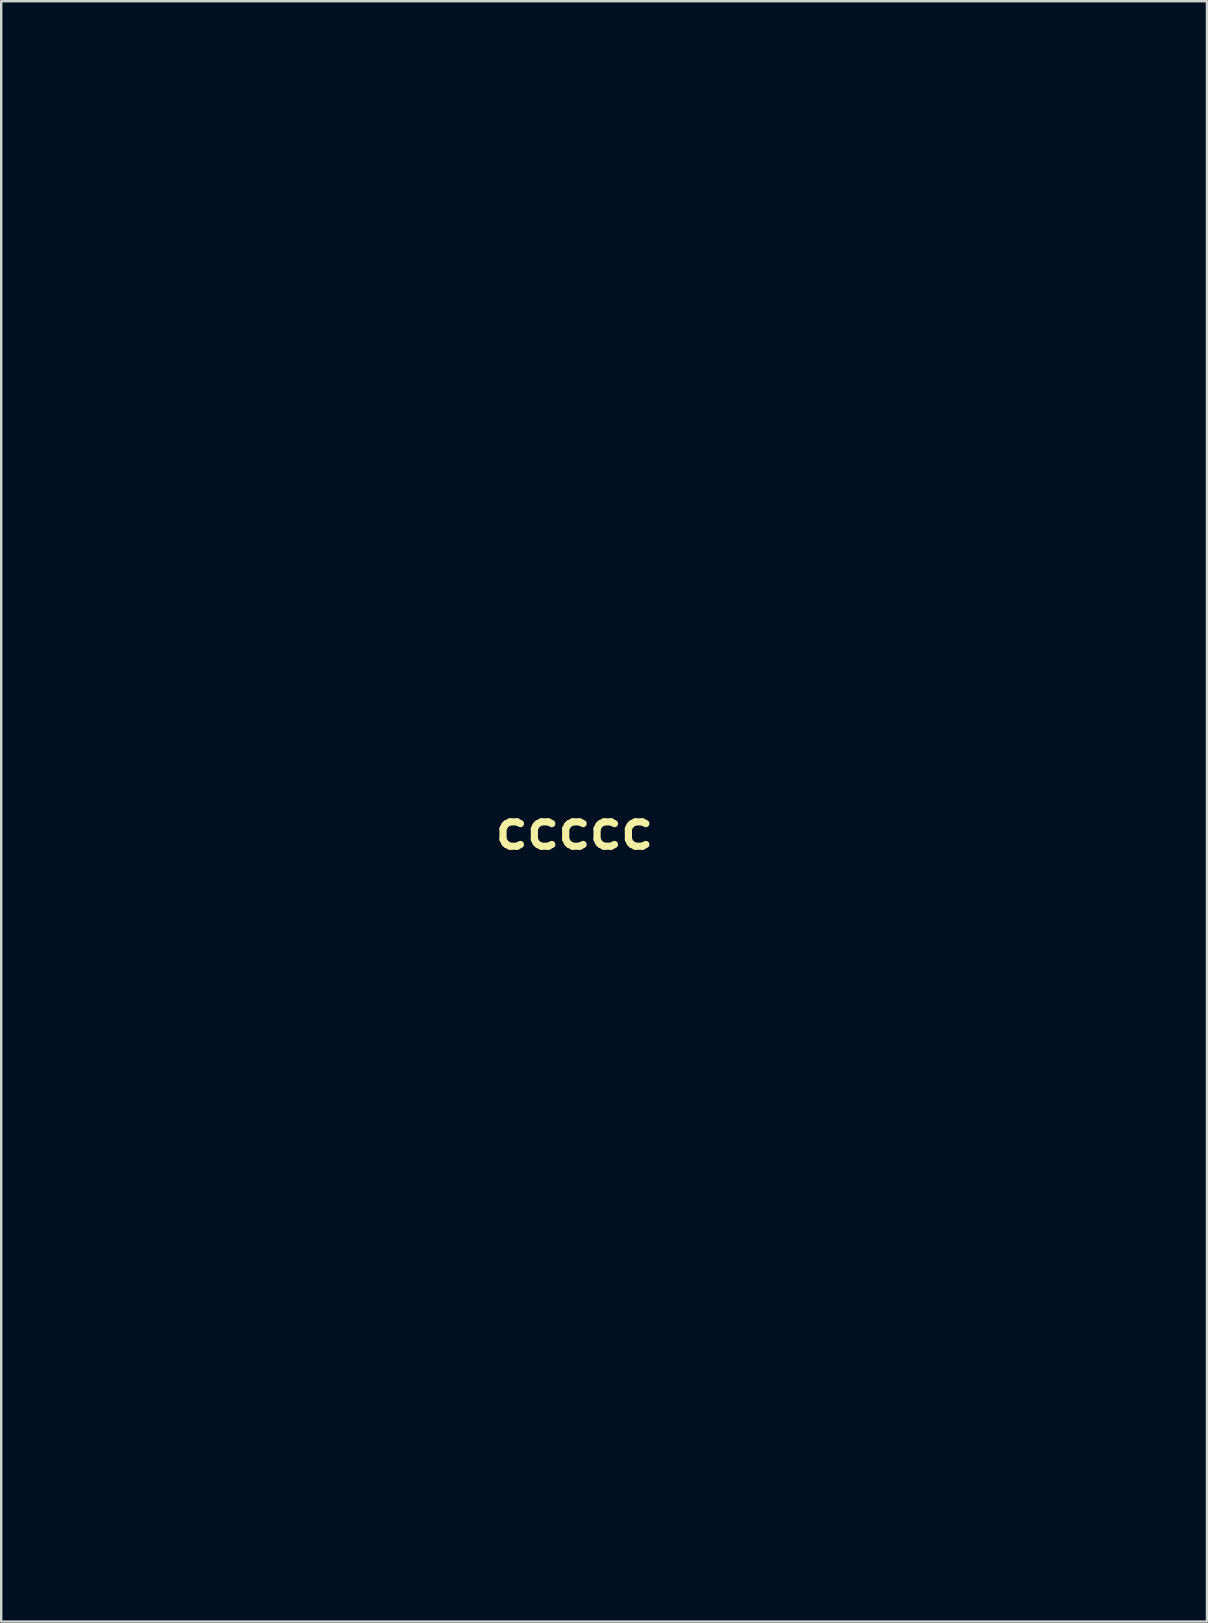
<source format=kicad_pcb>
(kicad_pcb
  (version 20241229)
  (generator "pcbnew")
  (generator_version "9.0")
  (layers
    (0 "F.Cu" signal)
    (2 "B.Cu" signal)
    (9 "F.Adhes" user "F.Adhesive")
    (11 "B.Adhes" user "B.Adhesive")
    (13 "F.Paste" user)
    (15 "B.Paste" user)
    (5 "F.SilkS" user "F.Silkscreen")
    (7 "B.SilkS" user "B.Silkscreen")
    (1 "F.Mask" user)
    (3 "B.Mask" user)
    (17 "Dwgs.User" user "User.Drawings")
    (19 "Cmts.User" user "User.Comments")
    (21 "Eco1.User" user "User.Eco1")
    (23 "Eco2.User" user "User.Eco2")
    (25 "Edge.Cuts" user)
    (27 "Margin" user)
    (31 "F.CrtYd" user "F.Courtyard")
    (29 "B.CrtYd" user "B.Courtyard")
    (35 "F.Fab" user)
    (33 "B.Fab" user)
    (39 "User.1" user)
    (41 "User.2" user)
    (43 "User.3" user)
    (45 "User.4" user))
  (footprint "ccccc"
    (layer "F.Cu")
    (at 20.889 31.527)
    (property "Reference" "ccccc" (at 0 0 0) (layer "F.SilkS") (effects (font (size 1.524 1.524) (thickness 0.3))))
    (attr through_hole)
    (fp_poly (pts (xy 9.878 13.406) (xy 9.737 13.547) (xy 9.596 13.406) (xy 9.737 13.264) (xy 9.878 13.406)) (stroke (width 0.01) (type solid)) (fill yes) (layer "F.Mask"))
    (fp_poly (pts (xy 10.16 12.559) (xy 10.019 12.7) (xy 9.878 12.559) (xy 10.019 12.418) (xy 10.16 12.559)) (stroke (width 0.01) (type solid)) (fill yes) (layer "F.Mask"))
    (fp_poly (pts (xy -14.771 -4.022) (xy -14.734 -3.444) (xy -14.771 -3.316) (xy -14.874 -3.281) (xy -14.913 -3.669) (xy -14.869 -4.07) (xy -14.771 -4.022)) (stroke (width 0.01) (type solid)) (fill yes) (layer "F.Mask"))
    (fp_poly (pts (xy 10.066 11.383) (xy 10.1 11.718) (xy 10.066 11.759) (xy 9.898 11.721) (xy 9.878 11.571) (xy 9.981 11.339) (xy 10.066 11.383)) (stroke (width 0.01) (type solid)) (fill yes) (layer "F.Mask"))
    (fp_poly (pts (xy -10.866 -3.771) (xy -10.494 -3.571) (xy -10.442 -3.498) (xy -10.673 -3.399) (xy -10.866 -3.387) (xy -11.241 -3.534) (xy -11.289 -3.66) (xy -11.082 -3.815) (xy -10.866 -3.771)) (stroke (width 0.01) (type solid)) (fill yes) (layer "F.Mask"))
    (fp_poly (pts (xy -9.349 -23.81) (xy -9.322 -23.214) (xy -9.322 -23.213) (xy -9.419 -22.514) (xy -9.737 -22.296) (xy -10.111 -22.494) (xy -10.16 -22.665) (xy -10.001 -23.166) (xy -9.746 -23.582) (xy -9.464 -23.909) (xy -9.349 -23.81)) (stroke (width 0.01) (type solid)) (fill yes) (layer "F.Mask"))
    (fp_poly (pts (xy -5.805 -22.047) (xy -5.999 -21.721) (xy -6.347 -21.261) (xy -6.687 -21.236) (xy -7.048 -21.438) (xy -7.302 -21.674) (xy -7.03 -21.84) (xy -6.977 -21.857) (xy -6.186 -22.107) (xy -5.83 -22.175) (xy -5.805 -22.047)) (stroke (width 0.01) (type solid)) (fill yes) (layer "F.Mask"))
    (fp_poly (pts (xy -6.102 -23.935) (xy -5.494 -23.776) (xy -5.362 -23.707) (xy -5.257 -23.537) (xy -5.635 -23.449) (xy -6.279 -23.429) (xy -7.061 -23.48) (xy -7.544 -23.613) (xy -7.62 -23.707) (xy -7.38 -23.9) (xy -6.802 -23.976) (xy -6.102 -23.935)) (stroke (width 0.01) (type solid)) (fill yes) (layer "F.Mask"))
    (fp_poly (pts (xy -10.172 -6.154) (xy -9.919 -5.885) (xy -9.878 -5.362) (xy -9.893 -4.735) (xy -10.019 -4.613) (xy -10.377 -4.953) (xy -10.542 -5.133) (xy -11.126 -5.539) (xy -11.898 -5.548) (xy -11.953 -5.538) (xy -12.528 -5.447) (xy -12.615 -5.52) (xy -12.293 -5.791) (xy -11.623 -6.089) (xy -10.812 -6.209) (xy -10.172 -6.154)) (stroke (width 0.01) (type solid)) (fill yes) (layer "F.Mask"))
    (fp_poly (pts (xy 8.91 11.724) (xy 9.37 11.836) (xy 9.501 12.167) (xy 9.37 12.834) (xy 9.129 13.653) (xy 9.101 14.017) (xy 9.306 13.975) (xy 9.376 14.051) (xy 9.169 14.481) (xy 8.983 14.782) (xy 8.541 15.406) (xy 8.212 15.766) (xy 8.144 15.801) (xy 7.957 15.561) (xy 7.638 14.927) (xy 7.253 14.032) (xy 7.227 13.967) (xy 6.861 13.025) (xy 6.597 12.294) (xy 6.491 11.926) (xy 6.491 11.921) (xy 6.746 11.807) (xy 7.406 11.731) (xy 8.056 11.712) (xy 8.91 11.724)) (stroke (width 0.01) (type solid)) (fill yes) (layer "F.Mask"))
    (fp_poly (pts (xy -9.899 -8.954) (xy -8.939 -8.45) (xy -8.271 -7.506) (xy -7.974 -6.296) (xy -8.019 -4.561) (xy -8.538 -3.083) (xy -9.299 -2.037) (xy -10.195 -1.323) (xy -11.094 -1.167) (xy -12.038 -1.566) (xy -12.239 -1.714) (xy -12.747 -2.191) (xy -12.981 -2.561) (xy -12.982 -2.581) (xy -12.794 -2.618) (xy -12.331 -2.348) (xy -12.218 -2.262) (xy -11.336 -1.87) (xy -10.415 -1.954) (xy -9.547 -2.441) (xy -8.825 -3.257) (xy -8.341 -4.331) (xy -8.184 -5.458) (xy -8.383 -6.566) (xy -8.998 -7.319) (xy -10.058 -7.744) (xy -10.651 -7.831) (xy -12.071 -7.754) (xy -13.192 -7.202) (xy -14.052 -6.156) (xy -14.206 -5.865) (xy -14.494 -5.377) (xy -14.653 -5.293) (xy -14.664 -5.362) (xy -14.464 -6.106) (xy -13.948 -6.997) (xy -13.252 -7.844) (xy -12.514 -8.455) (xy -12.422 -8.508) (xy -11.083 -8.985) (xy -9.899 -8.954)) (stroke (width 0.01) (type solid)) (fill yes) (layer "F.Mask"))
    (fp_poly (pts (xy -14.477 -2.252) (xy -14.181 -1.713) (xy -13.329 -0.541) (xy -12.197 0.146) (xy -10.936 0.372) (xy -9.769 0.277) (xy -8.865 -0.152) (xy -8.842 -0.169) (xy -8.043 -0.759) (xy -8.043 2.019) (xy -8.051 3.291) (xy -8.088 4.101) (xy -8.176 4.554) (xy -8.336 4.751) (xy -8.59 4.797) (xy -8.623 4.798) (xy -9.173 4.653) (xy -9.98 4.279) (xy -10.599 3.923) (xy -11.533 3.293) (xy -12.394 2.642) (xy -12.77 2.318) (xy -13.249 1.693) (xy -11.681 1.693) (xy -10.724 2.399) (xy -10.08 2.838) (xy -9.621 3.085) (xy -9.541 3.104) (xy -9.37 2.863) (xy -9.313 2.399) (xy -9.371 1.952) (xy -9.648 1.748) (xy -10.301 1.694) (xy -10.497 1.693) (xy -11.681 1.693) (xy -13.249 1.693) (xy -13.349 1.564) (xy -13.922 0.485) (xy -14.388 -0.69) (xy -14.65 -1.733) (xy -14.675 -2.057) (xy -14.635 -2.376) (xy -14.477 -2.252)) (stroke (width 0.01) (type solid)) (fill yes) (layer "F.Mask"))
    (fp_poly (pts (xy 4.718 -28.982) (xy 4.28 -28.291) (xy 4.293 -27.882) (xy 4.794 -27.693) (xy 5.509 -27.658) (xy 5.947 -27.596) (xy 6.082 -27.302) (xy 6.017 -26.696) (xy 5.987 -26.048) (xy 6.182 -25.438) (xy 6.676 -24.672) (xy 6.88 -24.399) (xy 7.9 -23.065) (xy 5.855 -22.173) (xy 4.575 -21.567) (xy 3.231 -20.856) (xy 2.182 -20.236) (xy 1.358 -19.714) (xy 0.746 -19.34) (xy 0.475 -19.191) (xy 0.474 -19.191) (xy 0.399 -19.448) (xy 0.276 -20.126) (xy 0.129 -21.086) (xy 0.107 -21.237) (xy -0.05 -22.302) (xy -0.195 -23.176) (xy -0.297 -23.683) (xy -0.301 -23.7) (xy -0.131 -24.092) (xy 0.523 -24.696) (xy 1.497 -25.393) (xy 3.418 -26.67) (xy 2.414 -26.758) (xy 1.755 -26.86) (xy 1.421 -26.998) (xy 1.411 -27.024) (xy 1.589 -27.324) (xy 2.029 -27.845) (xy 2.169 -27.995) (xy 2.613 -28.517) (xy 2.645 -28.753) (xy 2.478 -28.787) (xy 2.094 -28.727) (xy 1.268 -28.564) (xy 0.103 -28.321) (xy -1.292 -28.022) (xy -2.812 -27.689) (xy -4.351 -27.347) (xy -5.801 -27.018) (xy -7.058 -26.727) (xy -8.014 -26.496) (xy -8.544 -26.356) (xy -8.834 -26.084) (xy -9.272 -25.474) (xy -9.781 -24.663) (xy -10.281 -23.789) (xy -10.694 -22.989) (xy -10.938 -22.402) (xy -10.954 -22.17) (xy -10.663 -22.062) (xy -9.96 -21.832) (xy -8.976 -21.521) (xy -8.522 -21.381) (xy -6.179 -20.659) (xy -5.498 -21.689) (xy -5.047 -22.503) (xy -4.767 -23.259) (xy -4.736 -23.424) (xy -4.748 -23.866) (xy -5 -24.128) (xy -5.63 -24.315) (xy -5.967 -24.383) (xy -7.144 -24.521) (xy -7.857 -24.378) (xy -8.14 -23.944) (xy -8.134 -23.637) (xy -7.952 -23.195) (xy -7.466 -22.953) (xy -6.914 -22.856) (xy -6.242 -22.754) (xy -6.08 -22.664) (xy -6.373 -22.542) (xy -6.491 -22.507) (xy -7.637 -22.275) (xy -8.393 -22.403) (xy -8.829 -22.944) (xy -9.01 -23.951) (xy -9.027 -24.516) (xy -8.987 -25.147) (xy -8.787 -25.351) (xy -8.396 -25.284) (xy -7.793 -25.165) (xy -6.841 -25.034) (xy -5.831 -24.926) (xy -4.59 -24.753) (xy -3.897 -24.51) (xy -3.744 -24.341) (xy -3.795 -23.95) (xy -4.032 -23.206) (xy -4.393 -22.262) (xy -4.814 -21.272) (xy -5.233 -20.39) (xy -5.587 -19.769) (xy -5.649 -19.684) (xy -5.971 -19.678) (xy -6.686 -19.844) (xy -7.662 -20.15) (xy -8.062 -20.292) (xy -9.298 -20.709) (xy -10.516 -21.062) (xy -11.482 -21.286) (xy -11.608 -21.307) (xy -12.906 -21.502) (xy -12.21 -22.251) (xy -11.209 -23.643) (xy -10.381 -25.497) (xy -10.036 -26.569) (xy -9.578 -28.144) (xy -7.852 -28.324) (xy -6.65 -28.426) (xy -5.439 -28.492) (xy -4.827 -28.505) (xy -3.975 -28.56) (xy -2.769 -28.705) (xy -1.408 -28.915) (xy -0.706 -29.041) (xy 0.722 -29.299) (xy 2.158 -29.537) (xy 3.374 -29.719) (xy 3.794 -29.773) (xy 5.471 -29.97) (xy 4.718 -28.982)) (stroke (width 0.01) (type solid)) (fill yes) (layer "F.Mask"))
    (fp_poly (pts (xy 6.275 -31.332) (xy 6.832 -30.87) (xy 7.048 -30.106) (xy 7.056 -29.872) (xy 7.144 -29.297) (xy 7.345 -29.069) (xy 7.704 -28.823) (xy 7.953 -28.229) (xy 8.039 -27.499) (xy 7.914 -26.866) (xy 7.779 -26.375) (xy 7.92 -25.885) (xy 8.396 -25.199) (xy 8.424 -25.164) (xy 8.969 -24.424) (xy 9.676 -23.401) (xy 10.408 -22.295) (xy 10.543 -22.084) (xy 11.85 -20.038) (xy 14.18 -20.043) (xy 15.619 -20.107) (xy 17.162 -20.271) (xy 18.475 -20.499) (xy 18.486 -20.502) (xy 20.049 -20.847) (xy 21.164 -21.049) (xy 21.925 -21.108) (xy 22.429 -21.026) (xy 22.772 -20.804) (xy 22.967 -20.566) (xy 23.319 -19.951) (xy 23.355 -19.422) (xy 23.041 -18.822) (xy 22.402 -18.061) (xy 22.009 -17.64) (xy 21.632 -17.308) (xy 21.185 -17.027) (xy 20.577 -16.763) (xy 19.723 -16.479) (xy 18.532 -16.14) (xy 16.917 -15.708) (xy 16.159 -15.509) (xy 15.034 -15.202) (xy 14.358 -14.969) (xy 14.031 -14.751) (xy 13.954 -14.491) (xy 13.999 -14.237) (xy 14.04 -13.317) (xy 13.844 -12.14) (xy 13.467 -10.927) (xy 12.969 -9.901) (xy 12.81 -9.67) (xy 12.083 -8.894) (xy 11.196 -8.17) (xy 11.009 -8.045) (xy 9.927 -7.362) (xy 9.939 -5.163) (xy 9.792 -3.066) (xy 9.35 -0.668) (xy 8.647 1.874) (xy 8.363 2.716) (xy 7.955 3.873) (xy 9.509 4.221) (xy 11.183 4.879) (xy 12.674 6.04) (xy 13.923 7.657) (xy 13.994 7.777) (xy 14.655 9.363) (xy 15.036 11.291) (xy 15.139 13.41) (xy 14.966 15.574) (xy 14.518 17.632) (xy 13.859 19.319) (xy 13.446 20.177) (xy 13.28 20.703) (xy 13.334 21.064) (xy 13.552 21.386) (xy 14.077 21.768) (xy 14.985 22.03) (xy 15.822 22.151) (xy 17.198 22.4) (xy 18.081 22.803) (xy 18.534 23.4) (xy 18.627 23.989) (xy 18.507 24.634) (xy 18.094 25.163) (xy 17.304 25.639) (xy 16.056 26.125) (xy 15.734 26.233) (xy 14.676 26.618) (xy 14.077 26.946) (xy 13.842 27.275) (xy 13.829 27.392) (xy 13.609 27.939) (xy 13.194 28.34) (xy 12.638 28.539) (xy 11.599 28.756) (xy 10.16 28.98) (xy 8.401 29.202) (xy 6.403 29.412) (xy 4.249 29.6) (xy 2.019 29.755) (xy 1.111 29.807) (xy -2.434 29.996) (xy -2.981 29.28) (xy -3.243 28.98) (xy -3.565 28.767) (xy -4.053 28.614) (xy -4.813 28.497) (xy -5.951 28.391) (xy -7.118 28.303) (xy -8.827 28.156) (xy -10.037 27.993) (xy -10.817 27.804) (xy -11.21 27.596) (xy -11.771 27.339) (xy -12.882 27.071) (xy -14.529 26.795) (xy -15.621 26.646) (xy -17.556 26.363) (xy -18.987 26.067) (xy -19.973 25.733) (xy -20.574 25.34) (xy -20.85 24.861) (xy -20.884 24.564) (xy -20.826 24.374) (xy -19.663 24.374) (xy -19.525 24.63) (xy -18.854 24.881) (xy -17.643 25.136) (xy -15.881 25.403) (xy -14.824 25.54) (xy -12.965 25.797) (xy -11.648 26.038) (xy -10.851 26.27) (xy -10.576 26.446) (xy -10.233 26.655) (xy -9.5 26.833) (xy -8.317 26.991) (xy -6.759 27.129) (xy -4.965 27.273) (xy -3.669 27.399) (xy -2.803 27.518) (xy -2.302 27.643) (xy -2.098 27.784) (xy -2.122 27.948) (xy -2.212 28.265) (xy -2.015 28.496) (xy -1.494 28.642) (xy -0.611 28.704) (xy 0.67 28.68) (xy 2.385 28.572) (xy 4.572 28.379) (xy 7.267 28.101) (xy 8.35 27.983) (xy 10.031 27.786) (xy 11.221 27.616) (xy 11.991 27.459) (xy 12.413 27.299) (xy 12.557 27.121) (xy 12.559 27.093) (xy 12.376 26.813) (xy 11.773 26.625) (xy 11.007 26.528) (xy 9.454 26.387) (xy 11.148 26.184) (xy 12.218 25.995) (xy 13.429 25.686) (xy 14.658 25.302) (xy 15.784 24.884) (xy 16.685 24.479) (xy 17.239 24.129) (xy 17.357 23.948) (xy 17.157 23.728) (xy 16.524 23.531) (xy 15.404 23.342) (xy 14.676 23.249) (xy 13.575 23.112) (xy 12.768 22.997) (xy 12.356 22.919) (xy 12.347 22.896) (xy 12.712 22.711) (xy 12.685 22.39) (xy 12.349 22.105) (xy 11.924 22.018) (xy 11.437 22.068) (xy 11.475 22.226) (xy 11.539 22.27) (xy 11.725 22.505) (xy 11.44 22.774) (xy 11.263 22.874) (xy 10.812 23.145) (xy 10.838 23.309) (xy 11.154 23.449) (xy 11.712 23.563) (xy 12.633 23.65) (xy 13.688 23.691) (xy 15.007 23.741) (xy 15.767 23.857) (xy 15.973 24.05) (xy 15.629 24.329) (xy 14.736 24.706) (xy 14.119 24.923) (xy 12.253 25.443) (xy 10.522 25.666) (xy 9.815 25.684) (xy 8.479 25.71) (xy 6.91 25.776) (xy 5.435 25.868) (xy 5.362 25.874) (xy 4.232 25.989) (xy 3.665 26.113) (xy 3.659 26.244) (xy 4.213 26.382) (xy 5.324 26.527) (xy 6.992 26.677) (xy 7.143 26.689) (xy 8.354 26.798) (xy 9.395 26.922) (xy 10.106 27.039) (xy 10.273 27.083) (xy 10.205 27.174) (xy 9.636 27.295) (xy 8.628 27.438) (xy 7.243 27.596) (xy 5.543 27.763) (xy 3.59 27.93) (xy 1.552 28.084) (xy -0.141 28.204) (xy 1.976 27.719) (xy 4.092 27.234) (xy 2.399 27.175) (xy 1.199 27.124) (xy -0.235 27.048) (xy -1.816 26.953) (xy -3.457 26.847) (xy -5.071 26.734) (xy -6.57 26.623) (xy -7.869 26.518) (xy -8.879 26.426) (xy -9.515 26.353) (xy -9.688 26.306) (xy -9.666 26.302) (xy -9.1 26.164) (xy -9.089 26.002) (xy -9.637 25.815) (xy -10.744 25.602) (xy -12.413 25.363) (xy -13.163 25.268) (xy -15.146 25.023) (xy -16.6 24.826) (xy -17.558 24.662) (xy -18.053 24.518) (xy -18.116 24.376) (xy -17.78 24.224) (xy -17.078 24.045) (xy -16.21 23.86) (xy -15.019 23.602) (xy -13.989 23.359) (xy -13.284 23.17) (xy -13.123 23.117) (xy -12.559 22.896) (xy -13.123 22.874) (xy -13.455 22.788) (xy -13.364 22.623) (xy -12.972 22.444) (xy -12.401 22.32) (xy -12.082 22.3) (xy -11.447 22.189) (xy -11.125 21.976) (xy -11.173 21.809) (xy -11.651 21.774) (xy -12.59 21.863) (xy -13.664 22.012) (xy -14.292 22.156) (xy -14.59 22.341) (xy -14.674 22.611) (xy -14.676 22.671) (xy -14.938 22.895) (xy -15.66 23.162) (xy -16.74 23.439) (xy -16.978 23.49) (xy -18.381 23.813) (xy -19.279 24.105) (xy -19.663 24.374) (xy -20.826 24.374) (xy -20.631 23.744) (xy -19.861 23.094) (xy -18.564 22.607) (xy -18.016 22.479) (xy -16.919 22.187) (xy -15.941 21.814) (xy -15.367 21.488) (xy -14.608 21.065) (xy -13.848 20.885) (xy -13.838 20.884) (xy -13.187 20.829) (xy -12.915 20.588) (xy -12.985 20.054) (xy -13.282 19.292) (xy -13.599 18.402) (xy -13.947 17.191) (xy -14.26 15.896) (xy -14.309 15.665) (xy -14.551 14.359) (xy -14.649 13.351) (xy -14.64 13.123) (xy -12.976 13.123) (xy -12.74 15.491) (xy -12.076 17.854) (xy -11.045 20.051) (xy -9.711 21.922) (xy -9.465 22.189) (xy -8.664 22.958) (xy -8.121 23.344) (xy -7.874 23.343) (xy -7.958 22.951) (xy -8.304 22.33) (xy -8.902 21.285) (xy -9.413 20.216) (xy -9.763 19.294) (xy -9.878 18.733) (xy -9.782 18.349) (xy -9.512 18.465) (xy -9.093 19.056) (xy -8.549 20.093) (xy -8.476 20.249) (xy -7.504 22.034) (xy -6.516 23.262) (xy -5.503 23.938) (xy -4.458 24.071) (xy -3.976 23.955) (xy -3.381 23.698) (xy -3.108 23.481) (xy -3.106 23.467) (xy -3.192 23.13) (xy -3.418 22.403) (xy -3.737 21.431) (xy -3.809 21.219) (xy -4.228 19.821) (xy -4.496 18.587) (xy -4.598 17.619) (xy -4.521 17.018) (xy -4.386 16.876) (xy -4.189 17.08) (xy -3.962 17.695) (xy -3.804 18.346) (xy -3.36 20.242) (xy -2.865 21.666) (xy -2.271 22.715) (xy -1.532 23.481) (xy -1.144 23.756) (xy 0.198 24.374) (xy 1.656 24.55) (xy 3.358 24.297) (xy 3.528 24.254) (xy 4.595 23.767) (xy 5.448 23.056) (xy 6.24 22.154) (xy 5.931 22.979) (xy 5.728 23.837) (xy 5.942 24.337) (xy 6.614 24.54) (xy 6.957 24.553) (xy 7.597 24.489) (xy 8.162 24.234) (xy 8.815 23.695) (xy 9.365 23.143) (xy 10.246 22.148) (xy 10.664 21.472) (xy 10.618 21.116) (xy 10.109 21.081) (xy 10.055 21.091) (xy 9.341 21.052) (xy 8.54 20.781) (xy 8.517 20.769) (xy 7.805 20.425) (xy 7.457 20.36) (xy 7.345 20.571) (xy 7.338 20.757) (xy 7.173 20.908) (xy 6.734 20.699) (xy 6.107 20.204) (xy 5.784 19.892) (xy 9.71 19.892) (xy 9.737 20.038) (xy 10.097 20.309) (xy 10.177 20.32) (xy 10.435 20.105) (xy 10.442 20.038) (xy 10.213 19.79) (xy 10.002 19.756) (xy 9.71 19.892) (xy 5.784 19.892) (xy 5.376 19.499) (xy 4.625 18.659) (xy 3.941 17.76) (xy 3.906 17.709) (xy 3.381 16.911) (xy 3.037 16.331) (xy 2.942 16.088) (xy 2.947 16.087) (xy 3.242 16.227) (xy 3.87 16.595) (xy 4.638 17.074) (xy 5.564 17.657) (xy 6.117 17.957) (xy 6.391 18.004) (xy 6.483 17.826) (xy 6.491 17.626) (xy 6.62 17.461) (xy 7.044 17.664) (xy 7.612 18.09) (xy 8.323 18.613) (xy 8.775 18.79) (xy 9.114 18.673) (xy 9.156 18.64) (xy 9.53 18.467) (xy 10.021 18.593) (xy 10.583 18.909) (xy 11.334 19.274) (xy 11.883 19.248) (xy 12.318 18.778) (xy 12.724 17.812) (xy 12.812 17.547) (xy 13.277 15.864) (xy 13.487 14.362) (xy 13.474 12.74) (xy 13.416 12.009) (xy 13.011 9.912) (xy 12.233 8.201) (xy 11.097 6.903) (xy 10.087 6.248) (xy 9.043 5.822) (xy 8.182 5.717) (xy 7.741 5.771) (xy 7.068 5.985) (xy 6.868 6.264) (xy 6.878 6.296) (xy 7.359 7.627) (xy 7.533 8.571) (xy 7.394 9.087) (xy 7.096 9.213) (xy 6.897 8.867) (xy 6.5 7.752) (xy 6.129 7.038) (xy 5.678 6.575) (xy 5.038 6.215) (xy 4.96 6.179) (xy 3.66 5.802) (xy 2.086 5.661) (xy 0.483 5.766) (xy -0.355 5.942) (xy -1.327 6.364) (xy -1.925 7.036) (xy -2.196 8.045) (xy -2.187 9.466) (xy -2.143 10.578) (xy -2.212 11.244) (xy -2.377 11.431) (xy -2.624 11.109) (xy -2.795 10.682) (xy -3.076 9.272) (xy -3.006 7.856) (xy -2.83 7.218) (xy -2.698 6.68) (xy -2.946 6.419) (xy -3.311 6.308) (xy -4.098 6.177) (xy -5.063 6.099) (xy -5.229 6.093) (xy -6.389 6.293) (xy -7.455 6.863) (xy -8.26 7.687) (xy -8.607 8.463) (xy -8.812 9.057) (xy -9.048 9.313) (xy -9.054 9.313) (xy -9.266 9.081) (xy -9.304 8.517) (xy -9.183 7.819) (xy -8.92 7.188) (xy -8.874 7.118) (xy -8.621 6.699) (xy -8.685 6.528) (xy -9.145 6.578) (xy -9.894 6.773) (xy -10.954 7.349) (xy -11.829 8.392) (xy -12.482 9.823) (xy -12.875 11.565) (xy -12.976 13.123) (xy -14.64 13.123) (xy -14.611 12.397) (xy -14.447 11.263) (xy -14.166 10.006) (xy -13.781 8.754) (xy -13.422 7.883) (xy -12.746 6.536) (xy -13.791 5.812) (xy -14.916 4.825) (xy -16.017 3.51) (xy -16.93 2.081) (xy -17.378 1.102) (xy -17.766 -0.417) (xy -17.974 -2.209) (xy -17.986 -3.265) (xy -16.776 -3.265) (xy -16.775 -3.104) (xy -16.673 -1.178) (xy -16.356 0.37) (xy -15.767 1.705) (xy -14.848 2.992) (xy -14.496 3.398) (xy -13.679 4.208) (xy -12.769 4.957) (xy -11.886 5.565) (xy -11.149 5.951) (xy -10.678 6.033) (xy -10.641 6.016) (xy -10.687 5.799) (xy -11.133 5.456) (xy -11.417 5.298) (xy -12.663 4.458) (xy -13.915 3.282) (xy -14.987 1.964) (xy -15.606 0.902) (xy -15.921 0.071) (xy -16.109 -0.842) (xy -16.2 -2.014) (xy -16.219 -3.104) (xy -16.205 -4.435) (xy -16.132 -5.37) (xy -15.971 -6.079) (xy -15.691 -6.73) (xy -15.522 -7.043) (xy -14.406 -8.515) (xy -12.979 -9.516) (xy -11.252 -10.04) (xy -10.634 -10.106) (xy -9.609 -10.143) (xy -8.937 -10.06) (xy -8.409 -9.808) (xy -7.978 -9.474) (xy -7.299 -8.714) (xy -6.799 -7.827) (xy -6.757 -7.711) (xy -6.531 -6.299) (xy -6.665 -4.737) (xy -7.109 -3.192) (xy -7.812 -1.826) (xy -8.723 -0.805) (xy -8.951 -0.639) (xy -9.978 -0.25) (xy -11.198 -0.186) (xy -12.336 -0.455) (xy -12.515 -0.541) (xy -13.381 -1.295) (xy -13.896 -2.351) (xy -14.071 -3.574) (xy -13.913 -4.832) (xy -13.432 -5.99) (xy -12.638 -6.915) (xy -12.061 -7.28) (xy -11.071 -7.501) (xy -10.05 -7.332) (xy -9.196 -6.835) (xy -8.758 -6.232) (xy -8.627 -5.351) (xy -8.838 -4.395) (xy -9.307 -3.49) (xy -9.946 -2.762) (xy -10.67 -2.339) (xy -11.394 -2.346) (xy -11.396 -2.347) (xy -11.974 -2.77) (xy -12.411 -3.427) (xy -12.593 -4.103) (xy -12.509 -4.474) (xy -12.056 -4.804) (xy -11.406 -4.928) (xy -10.802 -4.835) (xy -10.504 -4.559) (xy -10.508 -4.322) (xy -10.863 -4.44) (xy -10.937 -4.478) (xy -11.447 -4.646) (xy -11.675 -4.6) (xy -11.861 -4.074) (xy -11.672 -3.47) (xy -11.287 -3.103) (xy -10.815 -2.97) (xy -10.348 -3.199) (xy -10.017 -3.504) (xy -9.443 -4.364) (xy -9.29 -5.26) (xy -9.509 -6.066) (xy -10.049 -6.656) (xy -10.862 -6.905) (xy -11.337 -6.865) (xy -12.29 -6.414) (xy -13.006 -5.57) (xy -13.431 -4.478) (xy -13.511 -3.278) (xy -13.194 -2.114) (xy -13.16 -2.046) (xy -12.47 -1.25) (xy -11.503 -0.779) (xy -10.465 -0.717) (xy -10.105 -0.814) (xy -9.246 -1.373) (xy -8.419 -2.302) (xy -7.772 -3.42) (xy -7.612 -3.836) (xy -7.397 -5.034) (xy -7.435 -6.365) (xy -7.7 -7.596) (xy -8.103 -8.415) (xy -9.002 -9.202) (xy -10.107 -9.547) (xy -11.314 -9.478) (xy -12.517 -9.024) (xy -13.611 -8.212) (xy -14.492 -7.071) (xy -14.71 -6.644) (xy -15.153 -5.071) (xy -15.234 -3.258) (xy -14.978 -1.372) (xy -14.414 0.42) (xy -13.568 1.95) (xy -13.246 2.353) (xy -12.368 3.195) (xy -11.316 3.973) (xy -10.22 4.617) (xy -9.208 5.055) (xy -8.411 5.217) (xy -8.114 5.165) (xy -7.84 4.99) (xy -7.666 4.685) (xy -7.571 4.157) (xy 2.887 4.157) (xy 2.915 4.594) (xy 3.411 4.794) (xy 3.528 4.798) (xy 4.032 4.707) (xy 4.216 4.319) (xy 4.233 3.951) (xy 4.169 3.293) (xy 3.925 3.152) (xy 3.424 3.495) (xy 3.338 3.572) (xy 2.887 4.157) (xy -7.571 4.157) (xy -7.567 4.134) (xy -7.519 3.219) (xy -7.501 2.241) (xy -7.464 0.89) (xy -7.366 -0.079) (xy -7.174 -0.847) (xy -6.851 -1.597) (xy -6.72 -1.852) (xy -5.557 -3.58) (xy -4.143 -4.82) (xy -2.499 -5.554) (xy -2.148 -5.638) (xy -1.248 -5.792) (xy -0.572 -5.847) (xy -0.328 -5.814) (xy -0.003 -5.808) (xy 0.476 -6.15) (xy 1.165 -6.889) (xy 1.764 -7.62) (xy 2.775 -8.891) (xy 1.952 -9.812) (xy 1.317 -10.764) (xy 1.227 -11.238) (xy 6.209 -11.238) (xy 6.429 -11.054) (xy 6.97 -11.088) (xy 7.654 -11.294) (xy 8.303 -11.625) (xy 8.599 -11.86) (xy 8.959 -12.252) (xy 8.881 -12.397) (xy 8.31 -12.418) (xy 7.522 -12.279) (xy 6.787 -11.936) (xy 6.301 -11.498) (xy 6.209 -11.238) (xy 1.227 -11.238) (xy 1.129 -11.758) (xy 1.129 -12.783) (xy -1.829 -12.592) (xy -3.269 -12.48) (xy -4.688 -12.338) (xy -5.872 -12.189) (xy -6.337 -12.114) (xy -7.38 -11.971) (xy -8.105 -12.019) (xy -8.659 -12.232) (xy -9.089 -12.471) (xy -9.138 -12.589) (xy -8.74 -12.624) (xy -8.032 -12.621) (xy -6.929 -12.767) (xy -5.536 -13.182) (xy -4.925 -13.43) (xy 7.716 -13.43) (xy 8.031 -13.274) (xy 8.297 -13.264) (xy 8.992 -13.478) (xy 9.303 -13.81) (xy 9.575 -14.528) (xy 9.42 -14.893) (xy 9.102 -14.953) (xy 8.322 -14.741) (xy 7.843 -14.08) (xy 7.78 -13.899) (xy 7.716 -13.43) (xy -4.925 -13.43) (xy -4.02 -13.797) (xy -3.723 -13.948) (xy 6.629 -13.948) (xy 6.65 -13.799) (xy 7.006 -13.552) (xy 7.297 -13.746) (xy 7.338 -13.961) (xy 7.15 -14.246) (xy 6.916 -14.214) (xy 6.629 -13.948) (xy -3.723 -13.948) (xy -2.544 -14.546) (xy -1.274 -15.36) (xy -1.179 -15.432) (xy -0.557 -15.879) (xy -0.204 -16) (xy 0.051 -15.826) (xy 0.173 -15.668) (xy 0.399 -15.437) (xy 0.74 -15.304) (xy 1.313 -15.255) (xy 2.233 -15.281) (xy 3.367 -15.352) (xy 5.602 -15.579) (xy 7.37 -15.933) (xy 8.76 -16.439) (xy 9.86 -17.124) (xy 10.106 -17.332) (xy 10.556 -17.719) (xy 10.965 -17.986) (xy 11.452 -18.161) (xy 12.137 -18.274) (xy 13.139 -18.354) (xy 14.579 -18.428) (xy 14.676 -18.433) (xy 16.205 -18.535) (xy 17.692 -18.682) (xy 18.955 -18.855) (xy 19.755 -19.015) (xy 20.613 -19.222) (xy 21.219 -19.329) (xy 21.41 -19.324) (xy 21.3 -19.112) (xy 20.815 -18.789) (xy 20.109 -18.432) (xy 19.337 -18.122) (xy 18.664 -17.938) (xy 17.951 -17.784) (xy 16.908 -17.519) (xy 15.655 -17.178) (xy 14.312 -16.796) (xy 12.996 -16.408) (xy 11.829 -16.048) (xy 10.928 -15.75) (xy 10.413 -15.551) (xy 10.347 -15.512) (xy 10.426 -15.269) (xy 10.893 -14.884) (xy 11.264 -14.655) (xy 11.971 -14.228) (xy 12.313 -13.845) (xy 12.354 -13.324) (xy 12.161 -12.478) (xy 12.106 -12.277) (xy 11.793 -11.386) (xy 11.334 -10.665) (xy 10.611 -9.972) (xy 9.507 -9.169) (xy 9.465 -9.141) (xy 8.064 -8.194) (xy 8.031 -5.014) (xy 7.99 -3.422) (xy 7.886 -2.182) (xy 7.686 -1.084) (xy 7.359 0.084) (xy 7.203 0.564) (xy 6.785 1.939) (xy 6.472 3.189) (xy 6.281 4.223) (xy 6.225 4.948) (xy 6.321 5.274) (xy 6.43 5.259) (xy 6.646 4.886) (xy 6.816 4.19) (xy 6.839 4.023) (xy 6.981 3.274) (xy 7.253 2.181) (xy 7.606 0.934) (xy 7.762 0.423) (xy 8.187 -1.077) (xy 8.442 -2.426) (xy 8.57 -3.891) (xy 8.604 -5.051) (xy 8.647 -7.985) (xy 10.086 -8.945) (xy 11.26 -9.836) (xy 12.022 -10.726) (xy 12.494 -11.791) (xy 12.7 -12.634) (xy 12.835 -13.462) (xy 12.776 -13.972) (xy 12.46 -14.394) (xy 12.122 -14.699) (xy 11.281 -15.428) (xy 14.46 -16.312) (xy 15.881 -16.703) (xy 17.249 -17.072) (xy 18.389 -17.372) (xy 19.005 -17.528) (xy 20.049 -17.896) (xy 20.991 -18.424) (xy 21.691 -19.014) (xy 22.008 -19.567) (xy 22.013 -19.64) (xy 21.926 -19.924) (xy 21.601 -20.009) (xy 20.941 -19.893) (xy 19.897 -19.588) (xy 18.993 -19.388) (xy 17.677 -19.207) (xy 16.101 -19.063) (xy 14.799 -18.988) (xy 11.112 -18.833) (xy 9.754 -21.013) (xy 9.002 -22.185) (xy 8.22 -23.35) (xy 7.551 -24.295) (xy 7.417 -24.475) (xy 6.855 -25.267) (xy 6.594 -25.866) (xy 6.563 -26.501) (xy 6.623 -26.989) (xy 6.808 -28.222) (xy 4.759 -28.222) (xy 5.361 -29.067) (xy 5.702 -29.611) (xy 5.816 -30.009) (xy 5.656 -30.267) (xy 5.173 -30.388) (xy 4.322 -30.377) (xy 3.055 -30.239) (xy 1.326 -29.977) (xy -0.706 -29.633) (xy -2.412 -29.369) (xy -4.342 -29.12) (xy -6.177 -28.926) (xy -6.872 -28.869) (xy -9.934 -28.646) (xy -10.583 -26.593) (xy -11.123 -25.052) (xy -11.68 -23.881) (xy -12.355 -22.89) (xy -12.943 -22.212) (xy -13.393 -21.67) (xy -13.462 -21.354) (xy -13.259 -21.158) (xy -12.679 -20.96) (xy -11.994 -20.883) (xy -11.344 -20.786) (xy -10.347 -20.534) (xy -9.181 -20.176) (xy -8.762 -20.032) (xy -7.366 -19.549) (xy -6.387 -19.284) (xy -5.711 -19.278) (xy -5.219 -19.568) (xy -4.796 -20.193) (xy -4.325 -21.194) (xy -4.159 -21.568) (xy -3.693 -22.658) (xy -3.332 -23.579) (xy -3.13 -24.191) (xy -3.104 -24.333) (xy -3.335 -24.934) (xy -4.041 -25.297) (xy -5.207 -25.433) (xy -6.239 -25.493) (xy -6.915 -25.573) (xy -2.37 -25.573) (xy -2.358 -25.536) (xy -2.15 -25.194) (xy -1.827 -25.203) (xy -1.251 -25.579) (xy -1.133 -25.669) (xy -0.64 -26.124) (xy -0.655 -26.336) (xy -1.178 -26.303) (xy -1.612 -26.199) (xy -2.249 -25.927) (xy -2.37 -25.573) (xy -6.915 -25.573) (xy -7.182 -25.605) (xy -7.479 -25.661) (xy -8.014 -25.809) (xy -8.042 -25.931) (xy -7.761 -26.047) (xy -7.202 -26.206) (xy -6.269 -26.437) (xy -5.073 -26.717) (xy -3.727 -27.021) (xy -2.342 -27.325) (xy -1.03 -27.603) (xy 0.098 -27.833) (xy 0.931 -27.989) (xy 1.355 -28.048) (xy 1.386 -28.044) (xy 1.305 -27.79) (xy 0.966 -27.352) (xy 0.614 -26.904) (xy 0.649 -26.629) (xy 0.911 -26.409) (xy 1.136 -26.175) (xy 1.065 -25.918) (xy 0.63 -25.532) (xy 0.105 -25.153) (xy -0.663 -24.548) (xy -0.993 -24.1) (xy -0.98 -23.765) (xy -0.535 -22.352) (xy -0.35 -20.789) (xy -0.405 -18.895) (xy -0.414 -18.784) (xy -0.613 -16.397) (xy -1.929 -15.552) (xy -4.073 -14.315) (xy -5.964 -13.524) (xy -7.661 -13.158) (xy -8.302 -13.126) (xy -9.411 -13.057) (xy -9.981 -12.858) (xy -10.007 -12.538) (xy -9.485 -12.104) (xy -9.055 -11.866) (xy -8.204 -11.504) (xy -7.473 -11.433) (xy -6.709 -11.567) (xy -5.911 -11.705) (xy -4.734 -11.847) (xy -3.363 -11.973) (xy -2.469 -12.036) (xy 0.564 -12.222) (xy 0.564 -11.539) (xy 0.721 -10.885) (xy 1.111 -10.071) (xy 1.284 -9.796) (xy 2.004 -8.737) (xy 0.968 -7.473) (xy 0.329 -6.746) (xy -0.184 -6.367) (xy -0.773 -6.226) (xy -1.313 -6.209) (xy -2.948 -5.975) (xy -4.465 -5.33) (xy -5.362 -4.656) (xy -6.068 -3.981) (xy -6.078 -5.73) (xy -6.282 -7.529) (xy -6.852 -8.982) (xy -7.766 -10.033) (xy -8.021 -10.211) (xy -8.418 -10.403) (xy -6.2 -10.403) (xy -5.675 -9.364) (xy -5.275 -8.442) (xy -4.981 -7.54) (xy -4.956 -7.43) (xy -4.762 -6.535) (xy -3.801 -6.936) (xy -2.845 -7.209) (xy -1.8 -7.337) (xy -1.709 -7.338) (xy -0.861 -7.427) (xy -0.328 -7.762) (xy -0.12 -8.035) (xy 0.145 -8.518) (xy 0.169 -8.956) (xy -0.056 -9.583) (xy -0.185 -9.868) (xy -0.542 -10.569) (xy -0.89 -10.875) (xy -1.435 -10.914) (xy -1.834 -10.874) (xy -2.784 -10.768) (xy -3.954 -10.641) (xy -4.582 -10.574) (xy -6.2 -10.403) (xy -8.418 -10.403) (xy -8.699 -10.538) (xy -9.494 -10.668) (xy -10.596 -10.638) (xy -12.484 -10.287) (xy -14.043 -9.502) (xy -15.332 -8.247) (xy -16.186 -6.918) (xy -16.486 -6.255) (xy -16.668 -5.534) (xy -16.756 -4.591) (xy -16.776 -3.265) (xy -17.986 -3.265) (xy -17.994 -4.04) (xy -17.816 -5.677) (xy -17.681 -6.248) (xy -16.904 -7.989) (xy -15.7 -9.53) (xy -14.185 -10.759) (xy -12.474 -11.564) (xy -12.065 -11.678) (xy -11.47 -11.96) (xy -11.29 -12.505) (xy -11.289 -12.564) (xy -11.071 -13.467) (xy -10.409 -14.045) (xy -9.291 -14.304) (xy -8.508 -14.316) (xy -7.663 -14.314) (xy -6.936 -14.414) (xy -6.158 -14.663) (xy -5.162 -15.112) (xy -4.339 -15.522) (xy -1.838 -16.792) (xy -1.609 -18.344) (xy -1.52 -19.337) (xy -1.512 -20.423) (xy -1.572 -21.457) (xy -1.691 -22.293) (xy -1.856 -22.787) (xy -1.957 -22.86) (xy -2.165 -22.621) (xy -2.534 -21.981) (xy -2.998 -21.058) (xy -3.216 -20.592) (xy -3.81 -19.352) (xy -4.337 -18.515) (xy -4.905 -18.043) (xy -5.624 -17.899) (xy -6.601 -18.046) (xy -7.946 -18.447) (xy -8.738 -18.714) (xy -10.066 -19.137) (xy -11.295 -19.478) (xy -12.271 -19.696) (xy -12.768 -19.756) (xy -13.76 -19.975) (xy -14.431 -20.57) (xy -14.676 -21.44) (xy -14.486 -22.014) (xy -13.994 -22.783) (xy -13.563 -23.298) (xy -12.868 -24.183) (xy -12.306 -25.239) (xy -11.786 -26.644) (xy -11.693 -26.937) (xy -11.306 -28.048) (xy -10.916 -28.951) (xy -10.586 -29.509) (xy -10.477 -29.609) (xy -10.018 -29.723) (xy -9.134 -29.847) (xy -7.959 -29.964) (xy -6.914 -30.041) (xy -5.235 -30.181) (xy -3.374 -30.394) (xy -1.638 -30.642) (xy -0.988 -30.754) (xy 0.507 -31.01) (xy 2.076 -31.247) (xy 3.458 -31.425) (xy 3.896 -31.472) (xy 5.317 -31.522) (xy 6.275 -31.332)) (stroke (width 0.01) (type solid)) (fill yes) (layer "F.Mask")))
  (gr_rect
    (start -3 -3)
    (end 47.25 64.528)
    (stroke (width 0.1) (type default))
    (fill no)
    (layer "Edge.Cuts")))
</source>
